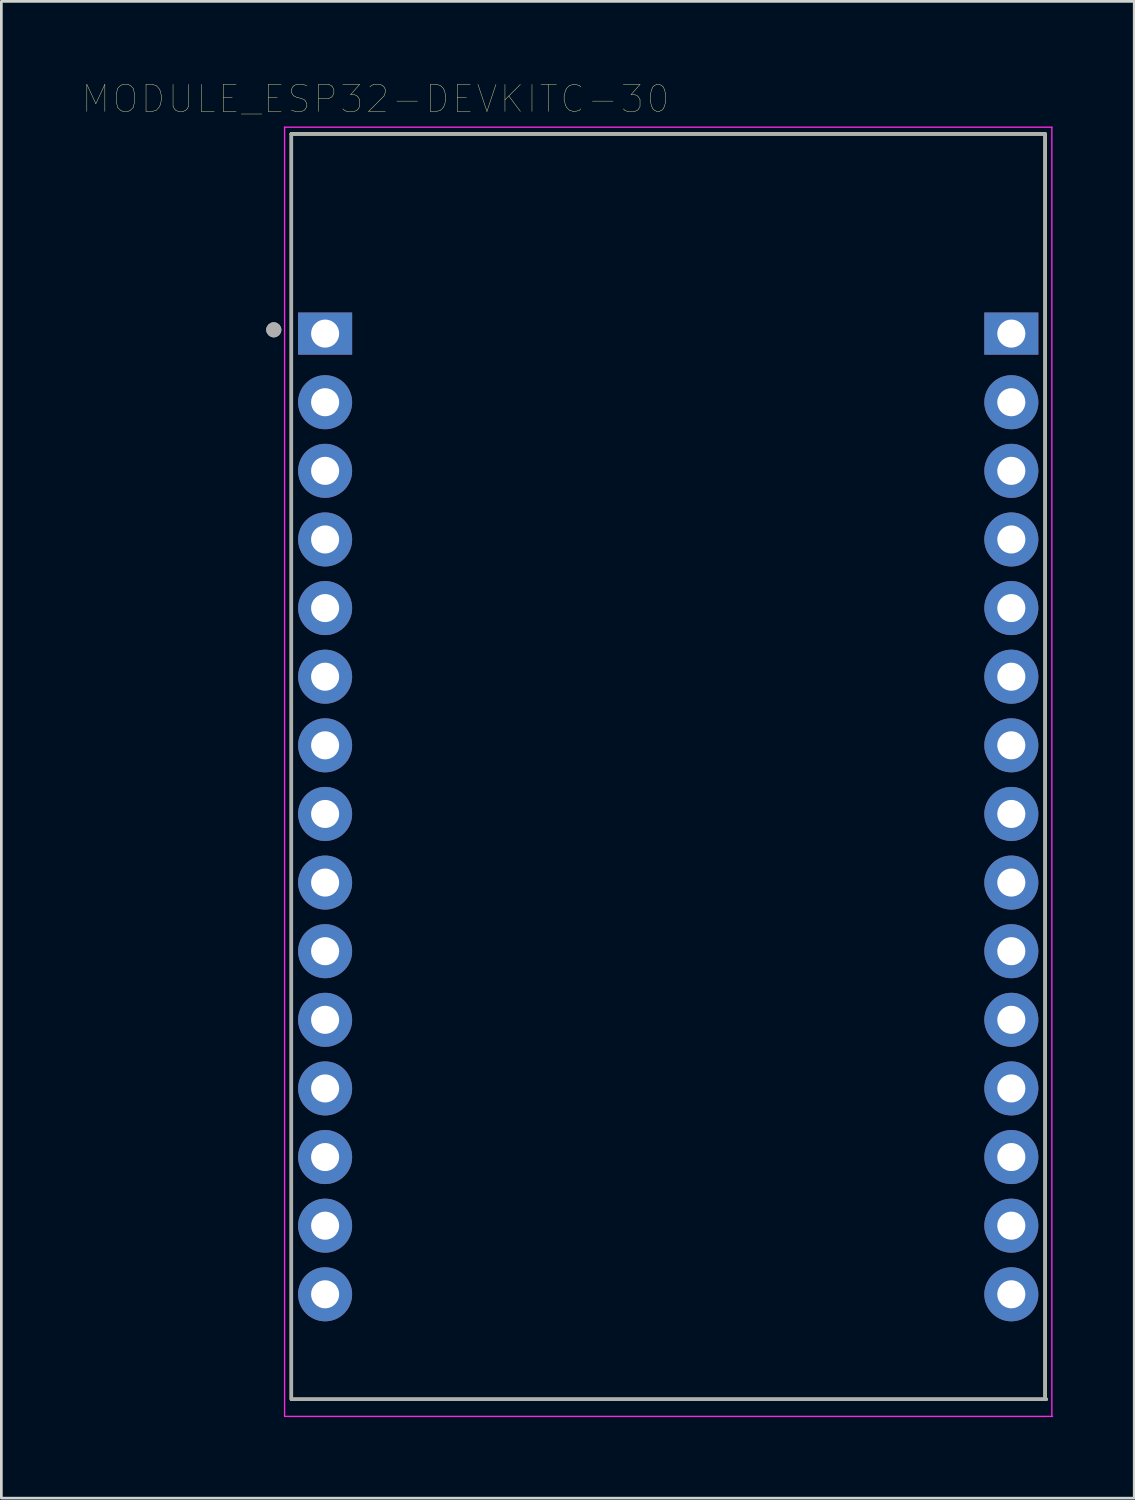
<source format=kicad_pcb>
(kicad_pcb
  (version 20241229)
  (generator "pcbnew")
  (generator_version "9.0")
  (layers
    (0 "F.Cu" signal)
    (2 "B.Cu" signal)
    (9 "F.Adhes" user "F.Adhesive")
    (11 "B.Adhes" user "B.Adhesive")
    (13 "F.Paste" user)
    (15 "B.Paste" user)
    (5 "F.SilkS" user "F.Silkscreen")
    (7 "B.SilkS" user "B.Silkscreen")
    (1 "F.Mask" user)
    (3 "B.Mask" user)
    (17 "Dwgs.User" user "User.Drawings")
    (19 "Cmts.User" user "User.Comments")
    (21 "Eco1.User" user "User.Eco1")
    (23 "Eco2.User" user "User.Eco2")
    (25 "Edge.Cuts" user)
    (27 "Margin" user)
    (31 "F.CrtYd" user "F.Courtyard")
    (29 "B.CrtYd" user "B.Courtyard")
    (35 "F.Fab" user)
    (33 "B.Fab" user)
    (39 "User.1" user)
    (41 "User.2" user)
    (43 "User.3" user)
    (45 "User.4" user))
  (footprint "MODULE_ESP32-DEVKITC-30"
    (layer "F.Cu")
    (at 21.684 29.058)
    (property "Reference" "MODULE_ESP32-DEVKITC-30" (at -10.829 -28.446 0) (layer "F.SilkS") (effects (font (size 1 1) (thickness 0.015))))
    (attr through_hole)
    (fp_line (start -13.95 -27.15) (end 13.95 -27.15) (stroke (width 0.127) (type solid)) (layer "F.SilkS"))
    (fp_line (start -13.95 19.685) (end -13.95 -27.15) (stroke (width 0.127) (type solid)) (layer "F.SilkS"))
    (fp_line (start 13.95 -27.15) (end 13.95 19.685) (stroke (width 0.127) (type solid)) (layer "F.SilkS"))
    (fp_line (start 13.993 19.685) (end -13.906 19.685) (stroke (width 0.127) (type solid)) (layer "F.SilkS"))
    (fp_line (start -14.2 -27.4) (end 14.2 -27.4) (stroke (width 0.05) (type solid)) (layer "F.CrtYd"))
    (fp_line (start -14.2 20.32) (end -14.2 -27.4) (stroke (width 0.05) (type solid)) (layer "F.CrtYd"))
    (fp_line (start 14.2 -27.4) (end 14.2 20.32) (stroke (width 0.05) (type solid)) (layer "F.CrtYd"))
    (fp_line (start 14.224 20.32) (end -14.176 20.32) (stroke (width 0.05) (type solid)) (layer "F.CrtYd"))
    (fp_line (start -13.95 -27.15) (end 13.95 -27.15) (stroke (width 0.127) (type solid)) (layer "F.Fab"))
    (fp_line (start -13.95 19.685) (end -13.95 -27.15) (stroke (width 0.127) (type solid)) (layer "F.Fab"))
    (fp_line (start 13.95 -27.15) (end 13.95 19.685) (stroke (width 0.127) (type solid)) (layer "F.Fab"))
    (fp_line (start 13.993 19.685) (end -13.906 19.685) (stroke (width 0.127) (type solid)) (layer "F.Fab"))
    (fp_circle (center -14.6 -19.9) (end -14.46 -19.9) (stroke (width 0.28) (type solid)) (fill no) (layer "F.Fab"))
    (fp_circle (center -14.6 -19.9) (end -14.46 -19.9) (stroke (width 0.28) (type solid)) (fill no) (layer "F.Fab"))
    (pad "1" thru_hole rect (at 12.7 -19.76) (size 2 1.56) (drill 1.04) (layers "*.Cu" "*.Mask"))
    (pad "2" thru_hole circle (at 12.7 -17.22) (size 2 2) (drill 1.04) (layers "*.Cu" "*.Mask"))
    (pad "3" thru_hole circle (at 12.7 -14.68) (size 2 2) (drill 1.04) (layers "*.Cu" "*.Mask"))
    (pad "4" thru_hole circle (at 12.7 -12.14) (size 2 2) (drill 1.04) (layers "*.Cu" "*.Mask"))
    (pad "5" thru_hole circle (at 12.7 -9.6) (size 2 2) (drill 1.04) (layers "*.Cu" "*.Mask"))
    (pad "6" thru_hole circle (at 12.7 -7.06) (size 2 2) (drill 1.04) (layers "*.Cu" "*.Mask"))
    (pad "7" thru_hole circle (at 12.7 -4.52) (size 2 2) (drill 1.04) (layers "*.Cu" "*.Mask"))
    (pad "8" thru_hole circle (at 12.7 -1.98) (size 2 2) (drill 1.04) (layers "*.Cu" "*.Mask"))
    (pad "9" thru_hole circle (at 12.7 0.56) (size 2 2) (drill 1.04) (layers "*.Cu" "*.Mask"))
    (pad "10" thru_hole circle (at 12.7 3.1) (size 2 2) (drill 1.04) (layers "*.Cu" "*.Mask"))
    (pad "11" thru_hole circle (at 12.7 5.64) (size 2 2) (drill 1.04) (layers "*.Cu" "*.Mask"))
    (pad "12" thru_hole circle (at 12.7 8.18) (size 2 2) (drill 1.04) (layers "*.Cu" "*.Mask"))
    (pad "13" thru_hole circle (at 12.7 10.72) (size 2 2) (drill 1.04) (layers "*.Cu" "*.Mask"))
    (pad "14" thru_hole circle (at 12.7 13.26) (size 2 2) (drill 1.04) (layers "*.Cu" "*.Mask"))
    (pad "15" thru_hole circle (at 12.7 15.8) (size 2 2) (drill 1.04) (layers "*.Cu" "*.Mask"))
    (pad "16" thru_hole rect (at -12.7 -19.76) (size 2 1.56) (drill 1.04) (layers "*.Cu" "*.Mask"))
    (pad "17" thru_hole circle (at -12.7 -17.22) (size 2 2) (drill 1.04) (layers "*.Cu" "*.Mask"))
    (pad "18" thru_hole circle (at -12.7 -14.68) (size 2 2) (drill 1.04) (layers "*.Cu" "*.Mask"))
    (pad "19" thru_hole circle (at -12.7 -12.14) (size 2 2) (drill 1.04) (layers "*.Cu" "*.Mask"))
    (pad "20" thru_hole circle (at -12.7 -9.6) (size 2 2) (drill 1.04) (layers "*.Cu" "*.Mask"))
    (pad "21" thru_hole circle (at -12.7 -7.06) (size 2 2) (drill 1.04) (layers "*.Cu" "*.Mask"))
    (pad "22" thru_hole circle (at -12.7 -4.52) (size 2 2) (drill 1.04) (layers "*.Cu" "*.Mask"))
    (pad "23" thru_hole circle (at -12.7 -1.98) (size 2 2) (drill 1.04) (layers "*.Cu" "*.Mask"))
    (pad "24" thru_hole circle (at -12.7 0.56) (size 2 2) (drill 1.04) (layers "*.Cu" "*.Mask"))
    (pad "25" thru_hole circle (at -12.7 3.1) (size 2 2) (drill 1.04) (layers "*.Cu" "*.Mask"))
    (pad "26" thru_hole circle (at -12.7 5.64) (size 2 2) (drill 1.04) (layers "*.Cu" "*.Mask"))
    (pad "27" thru_hole circle (at -12.7 8.18) (size 2 2) (drill 1.04) (layers "*.Cu" "*.Mask"))
    (pad "28" thru_hole circle (at -12.7 10.72) (size 2 2) (drill 1.04) (layers "*.Cu" "*.Mask"))
    (pad "29" thru_hole circle (at -12.7 13.26) (size 2 2) (drill 1.04) (layers "*.Cu" "*.Mask"))
    (pad "30" thru_hole circle (at -12.7 15.8) (size 2 2) (drill 1.04) (layers "*.Cu" "*.Mask")))
  (gr_rect
    (start -3 -3)
    (end 38.933 52.403)
    (stroke (width 0.1) (type default))
    (fill no)
    (layer "Edge.Cuts")))
</source>
